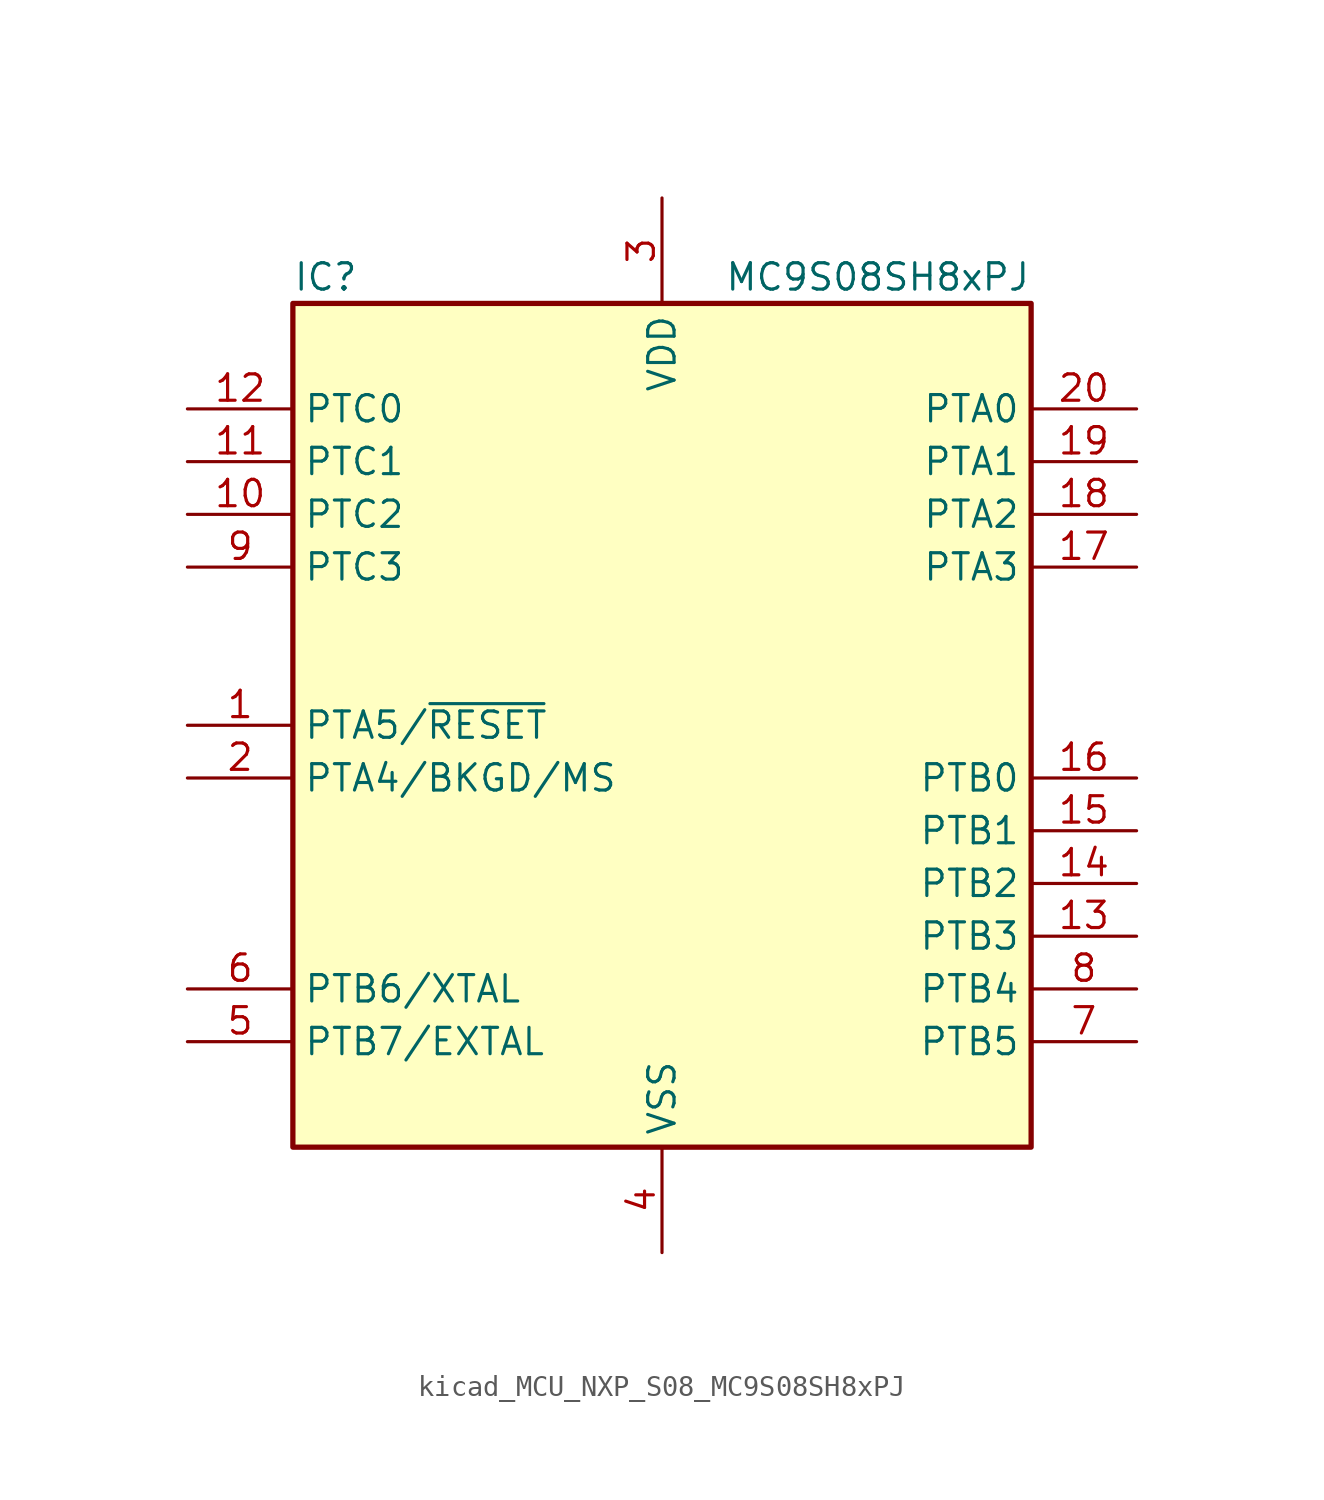
<source format=kicad_sym>
(kicad_symbol_lib
  (version 20220914)
  (generator kicad_symbol_editor)
  (symbol "kicad_MCU_NXP_S08_MC9S08SH8xPJ"
    (property "Reference" "IC"
      (at -17.78 21.59 0)
      (effects (font (size 1.27 1.27)) (justify left)))
    (property "Value" "MC9S08SH8xPJ"
      (at 17.78 21.59 0)
      (effects (font (size 1.27 1.27)) (justify right)))
    (symbol "kicad_MCU_NXP_S08_MC9S08SH8xPJ_0_1"
      (rectangle (start -17.78 20.32) (end 17.78 -20.32) (stroke (width 0.254) (type default)) (fill (type background))))
    (symbol "kicad_MCU_NXP_S08_MC9S08SH8xPJ_1_1"
      (pin bidirectional line (at -22.86 0 0) (length 5.08) (name "PTA5/~{RESET}" (effects (font (size 1.27 1.27)))) (number "1" (effects (font (size 1.27 1.27)))))
      (pin bidirectional line (at -22.86 10.16 0) (length 5.08) (name "PTC2" (effects (font (size 1.27 1.27)))) (number "10" (effects (font (size 1.27 1.27)))))
      (pin bidirectional line (at -22.86 12.7 0) (length 5.08) (name "PTC1" (effects (font (size 1.27 1.27)))) (number "11" (effects (font (size 1.27 1.27)))))
      (pin bidirectional line (at -22.86 15.24 0) (length 5.08) (name "PTC0" (effects (font (size 1.27 1.27)))) (number "12" (effects (font (size 1.27 1.27)))))
      (pin bidirectional line (at 22.86 -10.16 180) (length 5.08) (name "PTB3" (effects (font (size 1.27 1.27)))) (number "13" (effects (font (size 1.27 1.27)))))
      (pin bidirectional line (at 22.86 -7.62 180) (length 5.08) (name "PTB2" (effects (font (size 1.27 1.27)))) (number "14" (effects (font (size 1.27 1.27)))))
      (pin bidirectional line (at 22.86 -5.08 180) (length 5.08) (name "PTB1" (effects (font (size 1.27 1.27)))) (number "15" (effects (font (size 1.27 1.27)))))
      (pin bidirectional line (at 22.86 -2.54 180) (length 5.08) (name "PTB0" (effects (font (size 1.27 1.27)))) (number "16" (effects (font (size 1.27 1.27)))))
      (pin bidirectional line (at 22.86 7.62 180) (length 5.08) (name "PTA3" (effects (font (size 1.27 1.27)))) (number "17" (effects (font (size 1.27 1.27)))))
      (pin bidirectional line (at 22.86 10.16 180) (length 5.08) (name "PTA2" (effects (font (size 1.27 1.27)))) (number "18" (effects (font (size 1.27 1.27)))))
      (pin bidirectional line (at 22.86 12.7 180) (length 5.08) (name "PTA1" (effects (font (size 1.27 1.27)))) (number "19" (effects (font (size 1.27 1.27)))))
      (pin bidirectional line (at -22.86 -2.54 0) (length 5.08) (name "PTA4/BKGD/MS" (effects (font (size 1.27 1.27)))) (number "2" (effects (font (size 1.27 1.27)))))
      (pin bidirectional line (at 22.86 15.24 180) (length 5.08) (name "PTA0" (effects (font (size 1.27 1.27)))) (number "20" (effects (font (size 1.27 1.27)))))
      (pin power_in line (at 0 25.4 270) (length 5.08) (name "VDD" (effects (font (size 1.27 1.27)))) (number "3" (effects (font (size 1.27 1.27)))))
      (pin power_in line (at 0 -25.4 90) (length 5.08) (name "VSS" (effects (font (size 1.27 1.27)))) (number "4" (effects (font (size 1.27 1.27)))))
      (pin bidirectional line (at -22.86 -15.24 0) (length 5.08) (name "PTB7/EXTAL" (effects (font (size 1.27 1.27)))) (number "5" (effects (font (size 1.27 1.27)))))
      (pin bidirectional line (at -22.86 -12.7 0) (length 5.08) (name "PTB6/XTAL" (effects (font (size 1.27 1.27)))) (number "6" (effects (font (size 1.27 1.27)))))
      (pin bidirectional line (at 22.86 -15.24 180) (length 5.08) (name "PTB5" (effects (font (size 1.27 1.27)))) (number "7" (effects (font (size 1.27 1.27)))))
      (pin bidirectional line (at 22.86 -12.7 180) (length 5.08) (name "PTB4" (effects (font (size 1.27 1.27)))) (number "8" (effects (font (size 1.27 1.27)))))
      (pin bidirectional line (at -22.86 7.62 0) (length 5.08) (name "PTC3" (effects (font (size 1.27 1.27)))) (number "9" (effects (font (size 1.27 1.27))))))))
</source>
